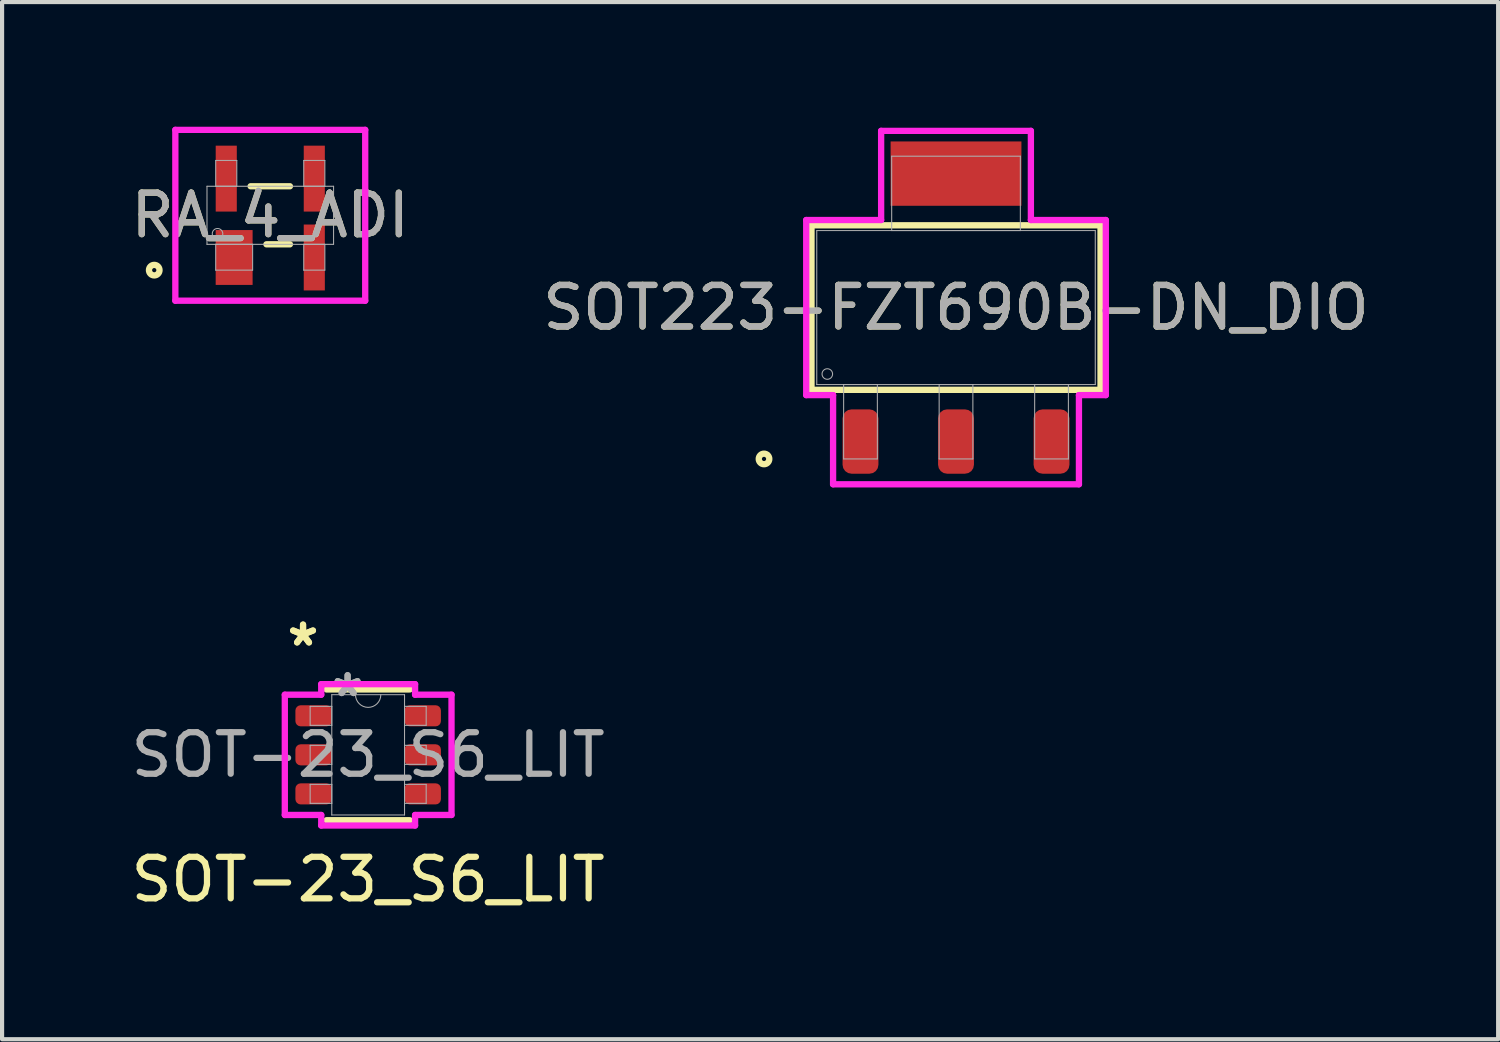
<source format=kicad_pcb>
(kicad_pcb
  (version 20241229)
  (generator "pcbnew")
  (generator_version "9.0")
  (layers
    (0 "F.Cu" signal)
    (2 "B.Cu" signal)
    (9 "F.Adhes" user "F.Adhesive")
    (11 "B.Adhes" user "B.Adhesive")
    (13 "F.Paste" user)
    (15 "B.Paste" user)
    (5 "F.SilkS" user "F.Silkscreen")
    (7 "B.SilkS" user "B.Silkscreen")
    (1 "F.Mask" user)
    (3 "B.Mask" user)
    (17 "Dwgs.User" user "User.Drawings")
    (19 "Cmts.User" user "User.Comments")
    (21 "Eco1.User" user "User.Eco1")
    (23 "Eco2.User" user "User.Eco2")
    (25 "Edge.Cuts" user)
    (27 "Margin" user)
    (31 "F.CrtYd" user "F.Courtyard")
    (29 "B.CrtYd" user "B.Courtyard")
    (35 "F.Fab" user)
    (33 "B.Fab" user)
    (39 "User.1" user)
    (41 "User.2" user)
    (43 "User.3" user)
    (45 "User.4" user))
  (footprint "SOT223-FZT690B-DN_DIO"
    (layer "F.Cu")
    (at 19.97 4.356)
    (property "Reference" "SOT223-FZT690B-DN_DIO" (at 0 0 0) (unlocked yes) (layer "F.SilkS") (effects (font (size 1 1) (thickness 0.15))))
    (attr smd)
    (fp_poly (pts (xy 1.575 -4) (xy -1.575 -4) (xy -1.575 -2.451) (xy 1.575 -2.451)) (stroke (width 0) (type solid)) (fill yes) (layer "F.Cu"))
    (fp_poly (pts (xy 1.6 -4.356) (xy -1.6 -4.356) (xy -1.6 -2.095) (xy 1.6 -2.095)) (stroke (width 0) (type solid)) (fill yes) (layer "F.Mask"))
    (fp_line (start -3.48 -1.981) (end -3.48 1.981) (stroke (width 0.152) (type solid)) (layer "F.SilkS"))
    (fp_line (start -3.48 1.981) (end 3.48 1.981) (stroke (width 0.152) (type solid)) (layer "F.SilkS"))
    (fp_line (start 3.48 -1.981) (end -3.48 -1.981) (stroke (width 0.152) (type solid)) (layer "F.SilkS"))
    (fp_line (start 3.48 1.981) (end 3.48 -1.981) (stroke (width 0.152) (type solid)) (layer "F.SilkS"))
    (fp_circle (center -4.623 3.645) (end -4.496 3.645) (stroke (width 0.152) (type solid)) (fill no) (layer "F.SilkS"))
    (fp_poly (pts (xy 1.575 -4) (xy -1.575 -4) (xy -1.575 -2.451) (xy 1.575 -2.451)) (stroke (width 0) (type solid)) (fill yes) (layer "F.Paste"))
    (fp_line (start -3.607 -2.108) (end -1.803 -2.108) (stroke (width 0.152) (type solid)) (layer "F.CrtYd"))
    (fp_line (start -3.607 2.108) (end -3.607 -2.108) (stroke (width 0.152) (type solid)) (layer "F.CrtYd"))
    (fp_line (start -2.96 2.108) (end -3.607 2.108) (stroke (width 0.152) (type solid)) (layer "F.CrtYd"))
    (fp_line (start -2.96 4.255) (end -2.96 2.108) (stroke (width 0.152) (type solid)) (layer "F.CrtYd"))
    (fp_line (start -1.803 -4.255) (end 1.803 -4.255) (stroke (width 0.152) (type solid)) (layer "F.CrtYd"))
    (fp_line (start -1.803 -2.108) (end -1.803 -4.255) (stroke (width 0.152) (type solid)) (layer "F.CrtYd"))
    (fp_line (start 1.803 -4.255) (end 1.803 -2.108) (stroke (width 0.152) (type solid)) (layer "F.CrtYd"))
    (fp_line (start 1.803 -2.108) (end 3.607 -2.108) (stroke (width 0.152) (type solid)) (layer "F.CrtYd"))
    (fp_line (start 2.96 2.108) (end 2.96 4.255) (stroke (width 0.152) (type solid)) (layer "F.CrtYd"))
    (fp_line (start 2.96 4.255) (end -2.96 4.255) (stroke (width 0.152) (type solid)) (layer "F.CrtYd"))
    (fp_line (start 3.607 -2.108) (end 3.607 2.108) (stroke (width 0.152) (type solid)) (layer "F.CrtYd"))
    (fp_line (start 3.607 2.108) (end 2.96 2.108) (stroke (width 0.152) (type solid)) (layer "F.CrtYd"))
    (fp_line (start -3.353 -1.854) (end -3.353 1.854) (stroke (width 0.025) (type solid)) (layer "F.Fab"))
    (fp_line (start -3.353 1.854) (end 3.353 1.854) (stroke (width 0.025) (type solid)) (layer "F.Fab"))
    (fp_line (start -2.706 1.854) (end -2.706 3.645) (stroke (width 0.025) (type solid)) (layer "F.Fab"))
    (fp_line (start -2.706 3.645) (end -1.894 3.645) (stroke (width 0.025) (type solid)) (layer "F.Fab"))
    (fp_line (start -1.894 1.854) (end -2.706 1.854) (stroke (width 0.025) (type solid)) (layer "F.Fab"))
    (fp_line (start -1.894 3.645) (end -1.894 1.854) (stroke (width 0.025) (type solid)) (layer "F.Fab"))
    (fp_line (start -1.549 -3.645) (end -1.549 -1.854) (stroke (width 0.025) (type solid)) (layer "F.Fab"))
    (fp_line (start -1.549 -1.854) (end 1.549 -1.854) (stroke (width 0.025) (type solid)) (layer "F.Fab"))
    (fp_line (start -0.406 1.854) (end -0.406 3.645) (stroke (width 0.025) (type solid)) (layer "F.Fab"))
    (fp_line (start -0.406 3.645) (end 0.406 3.645) (stroke (width 0.025) (type solid)) (layer "F.Fab"))
    (fp_line (start 0.406 1.854) (end -0.406 1.854) (stroke (width 0.025) (type solid)) (layer "F.Fab"))
    (fp_line (start 0.406 3.645) (end 0.406 1.854) (stroke (width 0.025) (type solid)) (layer "F.Fab"))
    (fp_line (start 1.549 -3.645) (end -1.549 -3.645) (stroke (width 0.025) (type solid)) (layer "F.Fab"))
    (fp_line (start 1.549 -1.854) (end 1.549 -3.645) (stroke (width 0.025) (type solid)) (layer "F.Fab"))
    (fp_line (start 1.894 1.854) (end 1.894 3.645) (stroke (width 0.025) (type solid)) (layer "F.Fab"))
    (fp_line (start 1.894 3.645) (end 2.706 3.645) (stroke (width 0.025) (type solid)) (layer "F.Fab"))
    (fp_line (start 2.706 1.854) (end 1.894 1.854) (stroke (width 0.025) (type solid)) (layer "F.Fab"))
    (fp_line (start 2.706 3.645) (end 2.706 1.854) (stroke (width 0.025) (type solid)) (layer "F.Fab"))
    (fp_line (start 3.353 -1.854) (end -3.353 -1.854) (stroke (width 0.025) (type solid)) (layer "F.Fab"))
    (fp_line (start 3.353 1.854) (end 3.353 -1.854) (stroke (width 0.025) (type solid)) (layer "F.Fab"))
    (fp_circle (center -3.099 1.6) (end -2.972 1.6) (stroke (width 0.025) (type solid)) (fill no) (layer "F.Fab"))
    (fp_text user "${REFERENCE}" (at 0 0 0) (unlocked yes) (layer "F.Fab") (effects (font (size 1 1) (thickness 0.15))))
    (pad "1" smd roundrect (at -2.3 3.226) (size 0.864 1.549) (layers "F.Cu" "F.Mask" "F.Paste") (roundrect_rratio 0.25))
    (pad "2" smd roundrect (at 0 3.226) (size 0.864 1.549) (layers "F.Cu" "F.Mask" "F.Paste") (roundrect_rratio 0.25))
    (pad "3" smd roundrect (at 2.3 3.226) (size 0.864 1.549) (layers "F.Cu" "F.Mask" "F.Paste") (roundrect_rratio 0.25)))
  (footprint "SOT-23_S6_LIT"
    (layer "F.Cu")
    (at 5.815 15.126)
    (property "Reference" "SOT-23_S6_LIT" (at 0 3 0) (layer "F.SilkS") (effects (font (size 1 1) (thickness 0.15))))
    (attr smd)
    (fp_line (start -1.003 1.575) (end 1.003 1.575) (stroke (width 0.152) (type solid)) (layer "F.SilkS"))
    (fp_line (start 1.003 -1.575) (end -1.003 -1.575) (stroke (width 0.152) (type solid)) (layer "F.SilkS"))
    (fp_line (start -2.007 -1.448) (end -1.13 -1.448) (stroke (width 0.152) (type solid)) (layer "F.CrtYd"))
    (fp_line (start -2.007 1.448) (end -2.007 -1.448) (stroke (width 0.152) (type solid)) (layer "F.CrtYd"))
    (fp_line (start -2.007 1.448) (end -1.13 1.448) (stroke (width 0.152) (type solid)) (layer "F.CrtYd"))
    (fp_line (start -1.13 -1.702) (end 1.13 -1.702) (stroke (width 0.152) (type solid)) (layer "F.CrtYd"))
    (fp_line (start -1.13 -1.448) (end -1.13 -1.702) (stroke (width 0.152) (type solid)) (layer "F.CrtYd"))
    (fp_line (start -1.13 1.702) (end -1.13 1.448) (stroke (width 0.152) (type solid)) (layer "F.CrtYd"))
    (fp_line (start 1.13 -1.702) (end 1.13 -1.448) (stroke (width 0.152) (type solid)) (layer "F.CrtYd"))
    (fp_line (start 1.13 1.448) (end 1.13 1.702) (stroke (width 0.152) (type solid)) (layer "F.CrtYd"))
    (fp_line (start 1.13 1.702) (end -1.13 1.702) (stroke (width 0.152) (type solid)) (layer "F.CrtYd"))
    (fp_line (start 2.007 -1.448) (end 1.13 -1.448) (stroke (width 0.152) (type solid)) (layer "F.CrtYd"))
    (fp_line (start 2.007 -1.448) (end 2.007 1.448) (stroke (width 0.152) (type solid)) (layer "F.CrtYd"))
    (fp_line (start 2.007 1.448) (end 1.13 1.448) (stroke (width 0.152) (type solid)) (layer "F.CrtYd"))
    (fp_line (start -1.397 -1.168) (end -1.397 -0.711) (stroke (width 0.025) (type solid)) (layer "F.Fab"))
    (fp_line (start -1.397 -0.711) (end -0.876 -0.711) (stroke (width 0.025) (type solid)) (layer "F.Fab"))
    (fp_line (start -1.397 -0.229) (end -1.397 0.229) (stroke (width 0.025) (type solid)) (layer "F.Fab"))
    (fp_line (start -1.397 0.229) (end -0.876 0.229) (stroke (width 0.025) (type solid)) (layer "F.Fab"))
    (fp_line (start -1.397 0.711) (end -1.397 1.168) (stroke (width 0.025) (type solid)) (layer "F.Fab"))
    (fp_line (start -1.397 1.168) (end -0.876 1.168) (stroke (width 0.025) (type solid)) (layer "F.Fab"))
    (fp_line (start -0.876 -1.448) (end -0.876 1.448) (stroke (width 0.025) (type solid)) (layer "F.Fab"))
    (fp_line (start -0.876 -1.168) (end -1.397 -1.168) (stroke (width 0.025) (type solid)) (layer "F.Fab"))
    (fp_line (start -0.876 -0.711) (end -0.876 -1.168) (stroke (width 0.025) (type solid)) (layer "F.Fab"))
    (fp_line (start -0.876 -0.229) (end -1.397 -0.229) (stroke (width 0.025) (type solid)) (layer "F.Fab"))
    (fp_line (start -0.876 0.229) (end -0.876 -0.229) (stroke (width 0.025) (type solid)) (layer "F.Fab"))
    (fp_line (start -0.876 0.711) (end -1.397 0.711) (stroke (width 0.025) (type solid)) (layer "F.Fab"))
    (fp_line (start -0.876 1.168) (end -0.876 0.711) (stroke (width 0.025) (type solid)) (layer "F.Fab"))
    (fp_line (start -0.876 1.448) (end 0.876 1.448) (stroke (width 0.025) (type solid)) (layer "F.Fab"))
    (fp_line (start 0.876 -1.448) (end -0.876 -1.448) (stroke (width 0.025) (type solid)) (layer "F.Fab"))
    (fp_line (start 0.876 -1.168) (end 0.876 -0.711) (stroke (width 0.025) (type solid)) (layer "F.Fab"))
    (fp_line (start 0.876 -0.711) (end 1.397 -0.711) (stroke (width 0.025) (type solid)) (layer "F.Fab"))
    (fp_line (start 0.876 -0.229) (end 0.876 0.229) (stroke (width 0.025) (type solid)) (layer "F.Fab"))
    (fp_line (start 0.876 0.229) (end 1.397 0.229) (stroke (width 0.025) (type solid)) (layer "F.Fab"))
    (fp_line (start 0.876 0.711) (end 0.876 1.168) (stroke (width 0.025) (type solid)) (layer "F.Fab"))
    (fp_line (start 0.876 1.168) (end 1.397 1.168) (stroke (width 0.025) (type solid)) (layer "F.Fab"))
    (fp_line (start 0.876 1.448) (end 0.876 -1.448) (stroke (width 0.025) (type solid)) (layer "F.Fab"))
    (fp_line (start 1.397 -1.168) (end 0.876 -1.168) (stroke (width 0.025) (type solid)) (layer "F.Fab"))
    (fp_line (start 1.397 -0.711) (end 1.397 -1.168) (stroke (width 0.025) (type solid)) (layer "F.Fab"))
    (fp_line (start 1.397 -0.229) (end 0.876 -0.229) (stroke (width 0.025) (type solid)) (layer "F.Fab"))
    (fp_line (start 1.397 0.229) (end 1.397 -0.229) (stroke (width 0.025) (type solid)) (layer "F.Fab"))
    (fp_line (start 1.397 0.711) (end 0.876 0.711) (stroke (width 0.025) (type solid)) (layer "F.Fab"))
    (fp_line (start 1.397 1.168) (end 1.397 0.711) (stroke (width 0.025) (type solid)) (layer "F.Fab"))
    (fp_arc (start 0.3048 -1.4478) (mid 0 -1.143) (end -0.3048 -1.4478) (stroke (width 0.0254) (type solid)) (layer "F.Fab"))
    (fp_text user "*" (at -1.568 -2.591 0) (layer "F.SilkS") (effects (font (size 1 1) (thickness 0.15))))
    (fp_text user "*" (at -1.568 -2.591 0) (unlocked yes) (layer "F.SilkS") (effects (font (size 1 1) (thickness 0.15))))
    (fp_text user "*" (at -0.495 -1.372 0) (unlocked yes) (layer "F.Fab") (effects (font (size 1 1) (thickness 0.15))))
    (fp_text user "${REFERENCE}" (at 0 0 0) (unlocked yes) (layer "F.Fab") (effects (font (size 1 1) (thickness 0.15))))
    (fp_text user "*" (at -0.495 -1.372 0) (layer "F.Fab") (effects (font (size 1 1) (thickness 0.15))))
    (pad "1" smd roundrect (at -1.314 -0.94) (size 0.876 0.508) (layers "F.Cu" "F.Mask" "F.Paste") (roundrect_rratio 0.25))
    (pad "2" smd roundrect (at -1.314 0) (size 0.876 0.508) (layers "F.Cu" "F.Mask" "F.Paste") (roundrect_rratio 0.25))
    (pad "3" smd roundrect (at -1.314 0.94) (size 0.876 0.508) (layers "F.Cu" "F.Mask" "F.Paste") (roundrect_rratio 0.25))
    (pad "4" smd roundrect (at 1.314 0.94) (size 0.876 0.508) (layers "F.Cu" "F.Mask" "F.Paste") (roundrect_rratio 0.25))
    (pad "5" smd roundrect (at 1.314 0) (size 0.876 0.508) (layers "F.Cu" "F.Mask" "F.Paste") (roundrect_rratio 0.25))
    (pad "6" smd roundrect (at 1.314 -0.94) (size 0.876 0.508) (layers "F.Cu" "F.Mask" "F.Paste") (roundrect_rratio 0.25)))
  (footprint "RA_4_ADI"
    (layer "F.Cu")
    (at 3.458 2.134)
    (property "Reference" "RA_4_ADI" (at 0 0 0) (unlocked yes) (layer "F.SilkS") (effects (font (size 1 1) (thickness 0.15))))
    (attr smd)
    (fp_line (start -0.473 -0.699) (end 0.473 -0.699) (stroke (width 0.152) (type solid)) (layer "F.SilkS"))
    (fp_line (start 0.473 0.699) (end -0.092 0.699) (stroke (width 0.152) (type solid)) (layer "F.SilkS"))
    (fp_circle (center -2.794 1.321) (end -2.667 1.321) (stroke (width 0.152) (type solid)) (fill no) (layer "F.SilkS"))
    (fp_line (start -2.286 -2.057) (end 2.286 -2.057) (stroke (width 0.152) (type solid)) (layer "F.CrtYd"))
    (fp_line (start -2.286 2.057) (end -2.286 -2.057) (stroke (width 0.152) (type solid)) (layer "F.CrtYd"))
    (fp_line (start 2.286 -2.057) (end 2.286 2.057) (stroke (width 0.152) (type solid)) (layer "F.CrtYd"))
    (fp_line (start 2.286 2.057) (end -2.286 2.057) (stroke (width 0.152) (type solid)) (layer "F.CrtYd"))
    (fp_line (start -1.524 -0.699) (end 1.524 -0.699) (stroke (width 0.025) (type solid)) (layer "F.Fab"))
    (fp_line (start -1.524 0.699) (end -1.524 -0.699) (stroke (width 0.025) (type solid)) (layer "F.Fab"))
    (fp_line (start -1.314 -1.321) (end -1.314 -0.699) (stroke (width 0.025) (type solid)) (layer "F.Fab"))
    (fp_line (start -1.314 -0.699) (end -0.806 -0.699) (stroke (width 0.025) (type solid)) (layer "F.Fab"))
    (fp_line (start -1.314 0.699) (end -1.314 1.321) (stroke (width 0.025) (type solid)) (layer "F.Fab"))
    (fp_line (start -1.314 1.321) (end -0.425 1.321) (stroke (width 0.025) (type solid)) (layer "F.Fab"))
    (fp_line (start -0.806 -1.321) (end -1.314 -1.321) (stroke (width 0.025) (type solid)) (layer "F.Fab"))
    (fp_line (start -0.806 -0.699) (end -0.806 -1.321) (stroke (width 0.025) (type solid)) (layer "F.Fab"))
    (fp_line (start -0.425 0.699) (end -1.314 0.699) (stroke (width 0.025) (type solid)) (layer "F.Fab"))
    (fp_line (start -0.425 1.321) (end -0.425 0.699) (stroke (width 0.025) (type solid)) (layer "F.Fab"))
    (fp_line (start 0.806 -1.321) (end 0.806 -0.699) (stroke (width 0.025) (type solid)) (layer "F.Fab"))
    (fp_line (start 0.806 -0.699) (end 1.314 -0.699) (stroke (width 0.025) (type solid)) (layer "F.Fab"))
    (fp_line (start 0.806 0.699) (end 0.806 1.321) (stroke (width 0.025) (type solid)) (layer "F.Fab"))
    (fp_line (start 0.806 1.321) (end 1.314 1.321) (stroke (width 0.025) (type solid)) (layer "F.Fab"))
    (fp_line (start 1.314 -1.321) (end 0.806 -1.321) (stroke (width 0.025) (type solid)) (layer "F.Fab"))
    (fp_line (start 1.314 -0.699) (end 1.314 -1.321) (stroke (width 0.025) (type solid)) (layer "F.Fab"))
    (fp_line (start 1.314 0.699) (end 0.806 0.699) (stroke (width 0.025) (type solid)) (layer "F.Fab"))
    (fp_line (start 1.314 1.321) (end 1.314 0.699) (stroke (width 0.025) (type solid)) (layer "F.Fab"))
    (fp_line (start 1.524 -0.699) (end 1.524 0.699) (stroke (width 0.025) (type solid)) (layer "F.Fab"))
    (fp_line (start 1.524 0.699) (end -1.524 0.699) (stroke (width 0.025) (type solid)) (layer "F.Fab"))
    (fp_circle (center -1.27 0.445) (end -1.143 0.445) (stroke (width 0.025) (type solid)) (fill no) (layer "F.Fab"))
    (fp_text user "${REFERENCE}" (at 0 0 0) (unlocked yes) (layer "F.Fab") (effects (font (size 1 1) (thickness 0.15))))
    (pad "1" smd rect (at -0.87 1.016) (size 0.889 1.321) (layers "F.Cu" "F.Mask" "F.Paste"))
    (pad "2" smd rect (at 1.06 1.016) (size 0.508 1.587) (layers "F.Cu" "F.Mask" "F.Paste"))
    (pad "3" smd rect (at 1.06 -0.883) (size 0.508 1.587) (layers "F.Cu" "F.Mask" "F.Paste"))
    (pad "4" smd rect (at -1.06 -0.883) (size 0.508 1.587) (layers "F.Cu" "F.Mask" "F.Paste")))
  (gr_rect
    (start -3 -3)
    (end 33.024 21.974)
    (stroke (width 0.1) (type default))
    (fill no)
    (layer "Edge.Cuts")))
</source>
